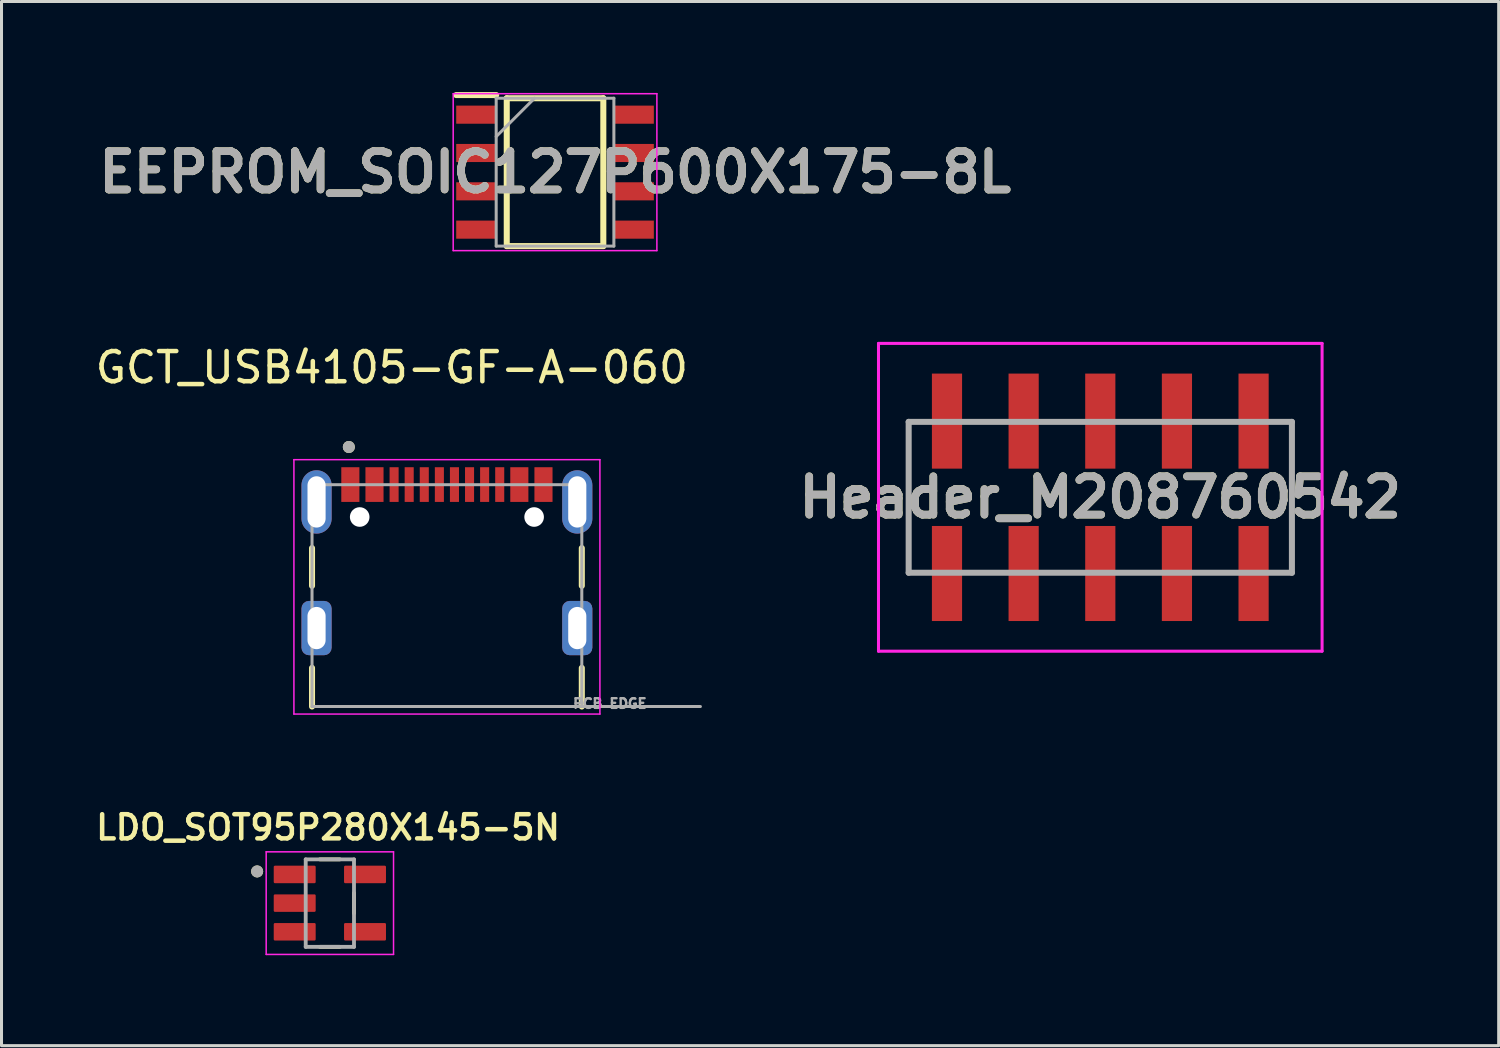
<source format=kicad_pcb>
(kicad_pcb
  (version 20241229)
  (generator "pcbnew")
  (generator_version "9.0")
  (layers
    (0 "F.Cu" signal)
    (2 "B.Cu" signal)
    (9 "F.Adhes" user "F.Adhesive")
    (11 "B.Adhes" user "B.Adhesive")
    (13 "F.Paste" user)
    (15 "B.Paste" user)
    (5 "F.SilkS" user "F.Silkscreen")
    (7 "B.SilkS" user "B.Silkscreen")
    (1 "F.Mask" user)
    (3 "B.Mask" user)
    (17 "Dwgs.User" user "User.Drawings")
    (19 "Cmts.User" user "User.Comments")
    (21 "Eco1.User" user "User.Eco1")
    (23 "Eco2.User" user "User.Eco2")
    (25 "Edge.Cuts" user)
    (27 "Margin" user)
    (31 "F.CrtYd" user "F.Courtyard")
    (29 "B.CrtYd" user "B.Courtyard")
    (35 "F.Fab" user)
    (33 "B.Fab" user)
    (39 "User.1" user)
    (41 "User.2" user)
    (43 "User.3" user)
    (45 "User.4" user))
  (footprint "Header_M208760542"
    (layer "F.Cu")
    (at 33.412 13.43)
    (property "Reference" "Header_M208760542" (at 0 0 0) (layer "F.SilkS") (effects (font (size 1.27 1.27) (thickness 0.254))))
    (attr smd)
    (fp_line (start -6.35 -2.5) (end -6.35 2.5) (stroke (width 0.1) (type solid)) (layer "F.SilkS"))
    (fp_line (start -6.35 2.5) (end -5.9 2.5) (stroke (width 0.1) (type solid)) (layer "F.SilkS"))
    (fp_line (start -5.8 -2.525) (end -6.35 -2.5) (stroke (width 0.1) (type solid)) (layer "F.SilkS"))
    (fp_line (start 5.8 -2.525) (end 6.35 -2.525) (stroke (width 0.1) (type solid)) (layer "F.SilkS"))
    (fp_line (start 6.35 -2.525) (end 6.35 2.5) (stroke (width 0.1) (type solid)) (layer "F.SilkS"))
    (fp_line (start 6.35 2.5) (end 5.8 2.5) (stroke (width 0.1) (type solid)) (layer "F.SilkS"))
    (fp_line (start -7.35 -5.1) (end 7.35 -5.1) (stroke (width 0.1) (type solid)) (layer "F.CrtYd"))
    (fp_line (start -7.35 5.1) (end -7.35 -5.1) (stroke (width 0.1) (type solid)) (layer "F.CrtYd"))
    (fp_line (start 7.35 -5.1) (end 7.35 5.1) (stroke (width 0.1) (type solid)) (layer "F.CrtYd"))
    (fp_line (start 7.35 5.1) (end -7.35 5.1) (stroke (width 0.1) (type solid)) (layer "F.CrtYd"))
    (fp_line (start -6.35 -2.5) (end 6.35 -2.5) (stroke (width 0.2) (type solid)) (layer "F.Fab"))
    (fp_line (start -6.35 2.5) (end -6.35 -2.5) (stroke (width 0.2) (type solid)) (layer "F.Fab"))
    (fp_line (start 6.35 -2.5) (end 6.35 2.5) (stroke (width 0.2) (type solid)) (layer "F.Fab"))
    (fp_line (start 6.35 2.5) (end -6.35 2.5) (stroke (width 0.2) (type solid)) (layer "F.Fab"))
    (fp_text user "${REFERENCE}" (at 0 0 0) (layer "F.Fab") (effects (font (size 1.27 1.27) (thickness 0.254))))
    (pad "1" smd rect (at -5.08 -2.525) (size 1 3.15) (layers "F.Cu" "F.Mask" "F.Paste"))
    (pad "2" smd rect (at -5.08 2.525) (size 1 3.15) (layers "F.Cu" "F.Mask" "F.Paste"))
    (pad "3" smd rect (at -2.54 -2.525) (size 1 3.15) (layers "F.Cu" "F.Mask" "F.Paste"))
    (pad "4" smd rect (at -2.54 2.525) (size 1 3.15) (layers "F.Cu" "F.Mask" "F.Paste"))
    (pad "5" smd rect (at 0 -2.525) (size 1 3.15) (layers "F.Cu" "F.Mask" "F.Paste"))
    (pad "6" smd rect (at 0 2.525) (size 1 3.15) (layers "F.Cu" "F.Mask" "F.Paste"))
    (pad "7" smd rect (at 2.54 -2.525) (size 1 3.15) (layers "F.Cu" "F.Mask" "F.Paste"))
    (pad "8" smd rect (at 2.54 2.525) (size 1 3.15) (layers "F.Cu" "F.Mask" "F.Paste"))
    (pad "9" smd rect (at 5.08 -2.525) (size 1 3.15) (layers "F.Cu" "F.Mask" "F.Paste"))
    (pad "10" smd rect (at 5.08 2.525) (size 1 3.15) (layers "F.Cu" "F.Mask" "F.Paste")))
  (footprint "LDO_SOT95P280X145-5N"
    (layer "F.Cu")
    (at 7.881 26.878)
    (property "Reference" "LDO_SOT95P280X145-5N" (at -0.06 -2.508 0) (layer "F.SilkS") (effects (font (size 0.8 0.8) (thickness 0.15))))
    (attr smd)
    (fp_line (start -0.33 -1.45) (end 0.33 -1.45) (stroke (width 0.127) (type solid)) (layer "F.SilkS"))
    (fp_line (start 0.33 1.45) (end -0.33 1.45) (stroke (width 0.127) (type solid)) (layer "F.SilkS"))
    (fp_line (start 0.8 -0.335) (end 0.8 0.335) (stroke (width 0.127) (type solid)) (layer "F.SilkS"))
    (fp_circle (center -2.41 -1.05) (end -2.31 -1.05) (stroke (width 0.2) (type solid)) (fill no) (layer "F.SilkS"))
    (fp_line (start -2.11 -1.7) (end 2.11 -1.7) (stroke (width 0.05) (type solid)) (layer "F.CrtYd"))
    (fp_line (start -2.11 1.7) (end -2.11 -1.7) (stroke (width 0.05) (type solid)) (layer "F.CrtYd"))
    (fp_line (start 2.11 -1.7) (end 2.11 1.7) (stroke (width 0.05) (type solid)) (layer "F.CrtYd"))
    (fp_line (start 2.11 1.7) (end -2.11 1.7) (stroke (width 0.05) (type solid)) (layer "F.CrtYd"))
    (fp_line (start -0.8 -1.45) (end 0.8 -1.45) (stroke (width 0.127) (type solid)) (layer "F.Fab"))
    (fp_line (start -0.8 1.45) (end -0.8 -1.45) (stroke (width 0.127) (type solid)) (layer "F.Fab"))
    (fp_line (start 0.8 -1.45) (end 0.8 1.45) (stroke (width 0.127) (type solid)) (layer "F.Fab"))
    (fp_line (start 0.8 1.45) (end -0.8 1.45) (stroke (width 0.127) (type solid)) (layer "F.Fab"))
    (fp_circle (center -2.41 -1.05) (end -2.31 -1.05) (stroke (width 0.2) (type solid)) (fill no) (layer "F.Fab"))
    (pad "1" smd roundrect (at -1.165 -0.95) (size 1.39 0.58) (layers "F.Cu" "F.Mask" "F.Paste") (roundrect_rratio 0.07))
    (pad "2" smd roundrect (at -1.165 0) (size 1.39 0.58) (layers "F.Cu" "F.Mask" "F.Paste") (roundrect_rratio 0.07))
    (pad "3" smd roundrect (at -1.165 0.95) (size 1.39 0.58) (layers "F.Cu" "F.Mask" "F.Paste") (roundrect_rratio 0.07))
    (pad "4" smd roundrect (at 1.165 0.95) (size 1.39 0.58) (layers "F.Cu" "F.Mask" "F.Paste") (roundrect_rratio 0.07))
    (pad "5" smd roundrect (at 1.165 -0.95) (size 1.39 0.58) (layers "F.Cu" "F.Mask" "F.Paste") (roundrect_rratio 0.07)))
  (footprint "EEPROM_SOIC127P600X175-8L"
    (layer "F.Cu")
    (at 15.343 2.655)
    (property "Reference" "EEPROM_SOIC127P600X175-8L" (at 0 0 0) (layer "F.SilkS") (effects (font (size 1.27 1.27) (thickness 0.254))))
    (attr smd)
    (fp_line (start -3.275 -2.555) (end -1.95 -2.555) (stroke (width 0.2) (type solid)) (layer "F.SilkS"))
    (fp_line (start -1.6 -2.45) (end 1.6 -2.45) (stroke (width 0.2) (type solid)) (layer "F.SilkS"))
    (fp_line (start -1.6 2.45) (end -1.6 -2.45) (stroke (width 0.2) (type solid)) (layer "F.SilkS"))
    (fp_line (start 1.6 -2.45) (end 1.6 2.45) (stroke (width 0.2) (type solid)) (layer "F.SilkS"))
    (fp_line (start 1.6 2.45) (end -1.6 2.45) (stroke (width 0.2) (type solid)) (layer "F.SilkS"))
    (fp_line (start -3.375 -2.6) (end 3.375 -2.6) (stroke (width 0.05) (type solid)) (layer "F.CrtYd"))
    (fp_line (start -3.375 2.6) (end -3.375 -2.6) (stroke (width 0.05) (type solid)) (layer "F.CrtYd"))
    (fp_line (start 3.375 -2.6) (end 3.375 2.6) (stroke (width 0.05) (type solid)) (layer "F.CrtYd"))
    (fp_line (start 3.375 2.6) (end -3.375 2.6) (stroke (width 0.05) (type solid)) (layer "F.CrtYd"))
    (fp_line (start -1.95 -2.45) (end 1.95 -2.45) (stroke (width 0.1) (type solid)) (layer "F.Fab"))
    (fp_line (start -1.95 -1.18) (end -0.68 -2.45) (stroke (width 0.1) (type solid)) (layer "F.Fab"))
    (fp_line (start -1.95 2.45) (end -1.95 -2.45) (stroke (width 0.1) (type solid)) (layer "F.Fab"))
    (fp_line (start 1.95 -2.45) (end 1.95 2.45) (stroke (width 0.1) (type solid)) (layer "F.Fab"))
    (fp_line (start 1.95 2.45) (end -1.95 2.45) (stroke (width 0.1) (type solid)) (layer "F.Fab"))
    (fp_text user "${REFERENCE}" (at 0 0 0) (layer "F.Fab") (effects (font (size 1.27 1.27) (thickness 0.254))))
    (pad "1" smd rect (at -2.612 -1.905 90) (size 0.6 1.325) (layers "F.Cu" "F.Mask" "F.Paste"))
    (pad "2" smd rect (at -2.612 -0.635 90) (size 0.6 1.325) (layers "F.Cu" "F.Mask" "F.Paste"))
    (pad "3" smd rect (at -2.612 0.635 90) (size 0.6 1.325) (layers "F.Cu" "F.Mask" "F.Paste"))
    (pad "4" smd rect (at -2.612 1.905 90) (size 0.6 1.325) (layers "F.Cu" "F.Mask" "F.Paste"))
    (pad "5" smd rect (at 2.612 1.905 90) (size 0.6 1.325) (layers "F.Cu" "F.Mask" "F.Paste"))
    (pad "6" smd rect (at 2.612 0.635 90) (size 0.6 1.325) (layers "F.Cu" "F.Mask" "F.Paste"))
    (pad "7" smd rect (at 2.612 -0.635 90) (size 0.6 1.325) (layers "F.Cu" "F.Mask" "F.Paste"))
    (pad "8" smd rect (at 2.612 -1.905 90) (size 0.6 1.325) (layers "F.Cu" "F.Mask" "F.Paste")))
  (footprint "GCT_USB4105-GF-A-060"
    (layer "F.Cu")
    (at 11.76 17.763)
    (property "Reference" "GCT_USB4105-GF-A-060" (at -1.825 -8.635 0) (layer "F.SilkS") (effects (font (size 1 1) (thickness 0.15))))
    (attr smd)
    (fp_line (start -4.47 -2.65) (end -4.47 -1.4) (stroke (width 0.2) (type solid)) (layer "F.SilkS"))
    (fp_line (start -4.47 1.32) (end -4.47 2.6) (stroke (width 0.2) (type solid)) (layer "F.SilkS"))
    (fp_line (start 4.47 -2.65) (end 4.47 -1.4) (stroke (width 0.2) (type solid)) (layer "F.SilkS"))
    (fp_line (start 4.47 2.6) (end 4.47 1.32) (stroke (width 0.2) (type solid)) (layer "F.SilkS"))
    (fp_circle (center -3.25 -6) (end -3.15 -6) (stroke (width 0.2) (type solid)) (fill no) (layer "F.SilkS"))
    (fp_line (start -5.07 -5.58) (end -5.07 2.85) (stroke (width 0.05) (type solid)) (layer "F.CrtYd"))
    (fp_line (start -5.07 2.85) (end 5.07 2.85) (stroke (width 0.05) (type solid)) (layer "F.CrtYd"))
    (fp_line (start 5.07 -5.58) (end -5.07 -5.58) (stroke (width 0.05) (type solid)) (layer "F.CrtYd"))
    (fp_line (start 5.07 2.85) (end 5.07 -5.58) (stroke (width 0.05) (type solid)) (layer "F.CrtYd"))
    (fp_line (start -4.47 -4.75) (end 4.47 -4.75) (stroke (width 0.1) (type solid)) (layer "F.Fab"))
    (fp_line (start -4.47 2.6) (end -4.47 -4.75) (stroke (width 0.1) (type solid)) (layer "F.Fab"))
    (fp_line (start 4.47 -4.75) (end 4.47 2.6) (stroke (width 0.1) (type solid)) (layer "F.Fab"))
    (fp_line (start 4.47 2.6) (end -4.47 2.6) (stroke (width 0.1) (type solid)) (layer "F.Fab"))
    (fp_line (start 4.47 2.6) (end 8.4 2.6) (stroke (width 0.1) (type solid)) (layer "F.Fab"))
    (fp_circle (center -3.25 -6) (end -3.15 -6) (stroke (width 0.2) (type solid)) (fill no) (layer "F.Fab"))
    (fp_text user "PCB EDGE" (at 5.4 2.5 0) (layer "F.Fab") (effects (font (size 0.32 0.32) (thickness 0.15))))
    (pad "" np_thru_hole circle (at -2.89 -3.68) (size 0.65 0.65) (drill 0.65) (layers "*.Cu" "*.Mask"))
    (pad "" np_thru_hole circle (at 2.89 -3.68) (size 0.65 0.65) (drill 0.65) (layers "*.Cu" "*.Mask"))
    (pad "A1_B12" smd rect (at -3.2 -4.755) (size 0.6 1.15) (layers "F.Cu" "F.Mask" "F.Paste"))
    (pad "A4_B9" smd rect (at -2.4 -4.755) (size 0.6 1.15) (layers "F.Cu" "F.Mask" "F.Paste"))
    (pad "A5" smd rect (at -1.25 -4.755) (size 0.3 1.15) (layers "F.Cu" "F.Mask" "F.Paste"))
    (pad "A6" smd rect (at -0.25 -4.755) (size 0.3 1.15) (layers "F.Cu" "F.Mask" "F.Paste"))
    (pad "A7" smd rect (at 0.25 -4.755) (size 0.3 1.15) (layers "F.Cu" "F.Mask" "F.Paste"))
    (pad "A8" smd rect (at 1.25 -4.755) (size 0.3 1.15) (layers "F.Cu" "F.Mask" "F.Paste"))
    (pad "B1_A12" smd rect (at 3.2 -4.755) (size 0.6 1.15) (layers "F.Cu" "F.Mask" "F.Paste"))
    (pad "B4_A9" smd rect (at 2.4 -4.755) (size 0.6 1.15) (layers "F.Cu" "F.Mask" "F.Paste"))
    (pad "B5" smd rect (at 1.75 -4.755) (size 0.3 1.15) (layers "F.Cu" "F.Mask" "F.Paste"))
    (pad "B6" smd rect (at 0.75 -4.755) (size 0.3 1.15) (layers "F.Cu" "F.Mask" "F.Paste"))
    (pad "B7" smd rect (at -0.75 -4.755) (size 0.3 1.15) (layers "F.Cu" "F.Mask" "F.Paste"))
    (pad "B8" smd rect (at -1.75 -4.755) (size 0.3 1.15) (layers "F.Cu" "F.Mask" "F.Paste"))
    (pad "SH1" thru_hole oval (at -4.32 -4.18) (size 1 2.1) (drill oval 0.6 1.7) (layers "*.Cu" "*.Mask"))
    (pad "SH2" thru_hole oval (at 4.32 -4.18) (size 1 2.1) (drill oval 0.6 1.7) (layers "*.Cu" "*.Mask"))
    (pad "SH3" thru_hole roundrect (at -4.32 0) (size 1 1.8) (drill oval 0.6 1.4) (layers "*.Cu" "*.Mask") (roundrect_rratio 0.25))
    (pad "SH4" thru_hole roundrect (at 4.32 0) (size 1 1.8) (drill oval 0.6 1.4) (layers "*.Cu" "*.Mask") (roundrect_rratio 0.25)))
  (gr_rect
    (start -3 -3)
    (end 46.614 31.602)
    (stroke (width 0.1) (type default))
    (fill no)
    (layer "Edge.Cuts")))
</source>
